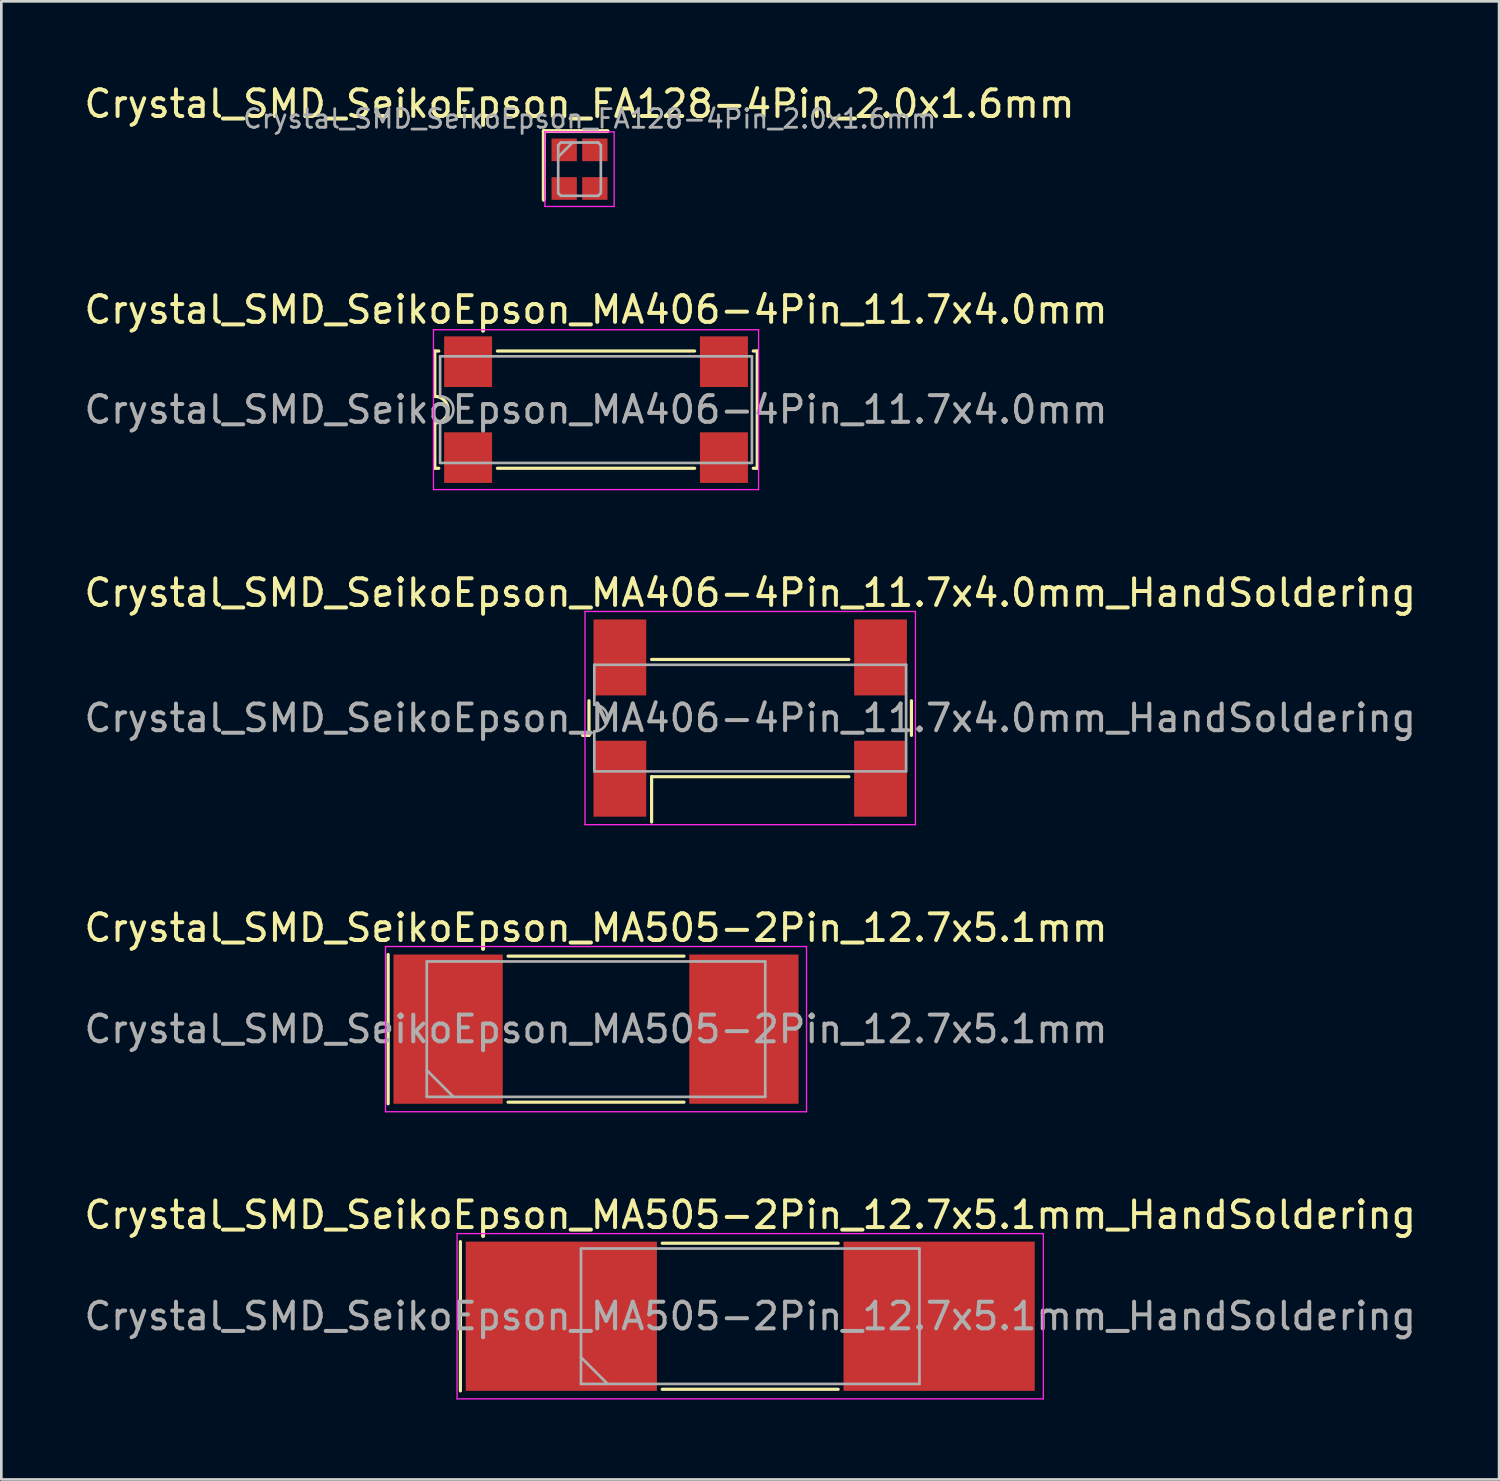
<source format=kicad_pcb>
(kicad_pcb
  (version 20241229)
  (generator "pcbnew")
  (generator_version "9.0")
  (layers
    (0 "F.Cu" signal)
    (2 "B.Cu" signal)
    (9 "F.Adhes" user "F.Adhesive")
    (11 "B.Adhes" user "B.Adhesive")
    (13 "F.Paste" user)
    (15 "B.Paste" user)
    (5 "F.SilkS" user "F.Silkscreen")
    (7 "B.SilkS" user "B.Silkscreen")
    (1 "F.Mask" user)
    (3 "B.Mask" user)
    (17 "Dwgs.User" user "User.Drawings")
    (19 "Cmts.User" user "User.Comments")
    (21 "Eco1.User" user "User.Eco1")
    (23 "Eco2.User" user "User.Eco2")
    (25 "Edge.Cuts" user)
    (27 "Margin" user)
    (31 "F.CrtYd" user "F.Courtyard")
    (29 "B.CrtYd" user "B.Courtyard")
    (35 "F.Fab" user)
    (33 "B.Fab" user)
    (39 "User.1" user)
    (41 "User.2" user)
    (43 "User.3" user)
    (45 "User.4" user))
  (footprint "Crystal_SMD_SeikoEpson_MA406-4Pin_11.7x4.0mm"
    (layer "F.Cu")
    (at 19.315 12.322)
    (property "Reference" "Crystal_SMD_SeikoEpson_MA406-4Pin_11.7x4.0mm" (at 0 -3.75 0) (layer "F.SilkS") (effects (font (size 1 1) (thickness 0.15))))
    (attr smd)
    (fp_line (start -6.05 -2.2) (end -5.9 -2.2) (stroke (width 0.12) (type solid)) (layer "F.SilkS"))
    (fp_line (start -6.05 -0.5) (end -6.05 -2.2) (stroke (width 0.12) (type solid)) (layer "F.SilkS"))
    (fp_line (start -6.05 2.2) (end -6.05 0.5) (stroke (width 0.12) (type solid)) (layer "F.SilkS"))
    (fp_line (start -6.05 2.2) (end -5.9 2.2) (stroke (width 0.12) (type solid)) (layer "F.SilkS"))
    (fp_line (start -3.7 -2.2) (end 3.7 -2.2) (stroke (width 0.12) (type solid)) (layer "F.SilkS"))
    (fp_line (start 3.7 2.2) (end -3.7 2.2) (stroke (width 0.12) (type solid)) (layer "F.SilkS"))
    (fp_line (start 5.9 -2.2) (end 6.05 -2.2) (stroke (width 0.12) (type solid)) (layer "F.SilkS"))
    (fp_line (start 6.05 -2.2) (end 6.05 2.2) (stroke (width 0.12) (type solid)) (layer "F.SilkS"))
    (fp_line (start 6.05 2.2) (end 5.9 2.2) (stroke (width 0.12) (type solid)) (layer "F.SilkS"))
    (fp_arc (start -6.05 -0.5) (mid -5.55 0) (end -6.05 0.5) (stroke (width 0.12) (type solid)) (layer "F.SilkS"))
    (fp_line (start -6.1 -3) (end -6.1 3) (stroke (width 0.05) (type solid)) (layer "F.CrtYd"))
    (fp_line (start -6.1 3) (end 6.1 3) (stroke (width 0.05) (type solid)) (layer "F.CrtYd"))
    (fp_line (start 6.1 -3) (end -6.1 -3) (stroke (width 0.05) (type solid)) (layer "F.CrtYd"))
    (fp_line (start 6.1 3) (end 6.1 -3) (stroke (width 0.05) (type solid)) (layer "F.CrtYd"))
    (fp_line (start -5.85 -2) (end 5.85 -2) (stroke (width 0.1) (type solid)) (layer "F.Fab"))
    (fp_line (start -5.85 -0.5) (end -5.85 -2) (stroke (width 0.1) (type solid)) (layer "F.Fab"))
    (fp_line (start -5.85 2) (end -5.85 0.5) (stroke (width 0.1) (type solid)) (layer "F.Fab"))
    (fp_line (start 5.85 -2) (end 5.85 2) (stroke (width 0.1) (type solid)) (layer "F.Fab"))
    (fp_line (start 5.85 2) (end -5.85 2) (stroke (width 0.1) (type solid)) (layer "F.Fab"))
    (fp_arc (start -5.85 -0.5) (mid -5.35 0) (end -5.85 0.5) (stroke (width 0.1) (type solid)) (layer "F.Fab"))
    (fp_text user "${REFERENCE}" (at 0 0 0) (layer "F.Fab") (effects (font (size 1 1) (thickness 0.15))))
    (pad "1" smd rect (at -4.8 1.8) (size 1.8 1.9) (layers "F.Cu" "F.Mask" "F.Paste"))
    (pad "2" smd rect (at 4.8 1.8) (size 1.8 1.9) (layers "F.Cu" "F.Mask" "F.Paste"))
    (pad "3" smd rect (at 4.8 -1.8) (size 1.8 1.9) (layers "F.Cu" "F.Mask" "F.Paste"))
    (pad "4" smd rect (at -4.8 -1.8) (size 1.8 1.9) (layers "F.Cu" "F.Mask" "F.Paste")))
  (footprint "Crystal_SMD_SeikoEpson_MA505-2Pin_12.7x5.1mm_HandSoldering"
    (layer "F.Cu")
    (at 25.101 46.341)
    (property "Reference" "Crystal_SMD_SeikoEpson_MA505-2Pin_12.7x5.1mm_HandSoldering" (at 0 -3.8 0) (layer "F.SilkS") (effects (font (size 1 1) (thickness 0.15))))
    (attr smd)
    (fp_line (start -10.875 -2.8) (end -10.875 2.8) (stroke (width 0.12) (type solid)) (layer "F.SilkS"))
    (fp_line (start -3.3 -2.74) (end 3.3 -2.74) (stroke (width 0.12) (type solid)) (layer "F.SilkS"))
    (fp_line (start -3.3 2.74) (end 3.3 2.74) (stroke (width 0.12) (type solid)) (layer "F.SilkS"))
    (fp_line (start -11 -3.1) (end -11 3.1) (stroke (width 0.05) (type solid)) (layer "F.CrtYd"))
    (fp_line (start -11 3.1) (end 11 3.1) (stroke (width 0.05) (type solid)) (layer "F.CrtYd"))
    (fp_line (start 11 -3.1) (end -11 -3.1) (stroke (width 0.05) (type solid)) (layer "F.CrtYd"))
    (fp_line (start 11 3.1) (end 11 -3.1) (stroke (width 0.05) (type solid)) (layer "F.CrtYd"))
    (fp_line (start -6.35 -2.54) (end -6.35 2.54) (stroke (width 0.1) (type solid)) (layer "F.Fab"))
    (fp_line (start -6.35 1.54) (end -5.35 2.54) (stroke (width 0.1) (type solid)) (layer "F.Fab"))
    (fp_line (start -6.35 2.54) (end 6.35 2.54) (stroke (width 0.1) (type solid)) (layer "F.Fab"))
    (fp_line (start 6.35 -2.54) (end -6.35 -2.54) (stroke (width 0.1) (type solid)) (layer "F.Fab"))
    (fp_line (start 6.35 2.54) (end 6.35 -2.54) (stroke (width 0.1) (type solid)) (layer "F.Fab"))
    (fp_text user "${REFERENCE}" (at 0 0 0) (layer "F.Fab") (effects (font (size 1 1) (thickness 0.15))))
    (pad "1" smd rect (at -7.088 0) (size 7.175 5.6) (layers "F.Cu" "F.Mask" "F.Paste"))
    (pad "2" smd rect (at 7.088 0) (size 7.175 5.6) (layers "F.Cu" "F.Mask" "F.Paste")))
  (footprint "Crystal_SMD_SeikoEpson_FA128-4Pin_2.0x1.6mm"
    (layer "F.Cu")
    (at 18.696 3.298)
    (property "Reference" "Crystal_SMD_SeikoEpson_FA128-4Pin_2.0x1.6mm" (at 0 -2.45 0) (layer "F.SilkS") (effects (font (size 1 1) (thickness 0.15))))
    (attr smd)
    (fp_line (start -1.34 -1.43) (end 1.05 -1.43) (stroke (width 0.15) (type solid)) (layer "F.SilkS"))
    (fp_line (start -1.34 1.15) (end -1.34 -1.43) (stroke (width 0.15) (type solid)) (layer "F.SilkS"))
    (fp_line (start -1.3 -1.4) (end -1.3 1.4) (stroke (width 0.05) (type solid)) (layer "F.CrtYd"))
    (fp_line (start -1.3 -1.4) (end 1.3 -1.4) (stroke (width 0.05) (type solid)) (layer "F.CrtYd"))
    (fp_line (start 1.3 1.4) (end -1.3 1.4) (stroke (width 0.05) (type solid)) (layer "F.CrtYd"))
    (fp_line (start 1.3 1.4) (end 1.3 -1.4) (stroke (width 0.05) (type solid)) (layer "F.CrtYd"))
    (fp_line (start -0.8 -0.9) (end -0.7 -1) (stroke (width 0.1) (type solid)) (layer "F.Fab"))
    (fp_line (start -0.8 0.9) (end -0.8 -0.9) (stroke (width 0.1) (type solid)) (layer "F.Fab"))
    (fp_line (start -0.7 -1) (end 0.7 -1) (stroke (width 0.1) (type solid)) (layer "F.Fab"))
    (fp_line (start -0.7 1) (end -0.8 0.9) (stroke (width 0.1) (type solid)) (layer "F.Fab"))
    (fp_line (start -0.25 -1.01) (end -0.8 -0.46) (stroke (width 0.1) (type solid)) (layer "F.Fab"))
    (fp_line (start 0.7 -1) (end 0.8 -0.9) (stroke (width 0.1) (type solid)) (layer "F.Fab"))
    (fp_line (start 0.7 1) (end -0.7 1) (stroke (width 0.1) (type solid)) (layer "F.Fab"))
    (fp_line (start 0.8 -0.9) (end 0.8 0.9) (stroke (width 0.1) (type solid)) (layer "F.Fab"))
    (fp_line (start 0.8 0.9) (end 0.7 1) (stroke (width 0.1) (type solid)) (layer "F.Fab"))
    (fp_text user "${REFERENCE}" (at 0.38 -1.89 0) (layer "F.Fab") (effects (font (size 0.7 0.7) (thickness 0.105))))
    (pad "1" smd rect (at -0.575 -0.725 270) (size 0.85 0.95) (layers "F.Cu" "F.Mask" "F.Paste"))
    (pad "2" smd rect (at -0.575 0.725 270) (size 0.85 0.95) (layers "F.Cu" "F.Mask" "F.Paste"))
    (pad "3" smd rect (at 0.575 0.725 270) (size 0.85 0.95) (layers "F.Cu" "F.Mask" "F.Paste"))
    (pad "4" smd rect (at 0.575 -0.725 270) (size 0.85 0.95) (layers "F.Cu" "F.Mask" "F.Paste")))
  (footprint "Crystal_SMD_SeikoEpson_MA505-2Pin_12.7x5.1mm"
    (layer "F.Cu")
    (at 19.315 35.568)
    (property "Reference" "Crystal_SMD_SeikoEpson_MA505-2Pin_12.7x5.1mm" (at 0 -3.8 0) (layer "F.SilkS") (effects (font (size 1 1) (thickness 0.15))))
    (attr smd)
    (fp_line (start -7.8 -2.8) (end -7.8 2.8) (stroke (width 0.12) (type solid)) (layer "F.SilkS"))
    (fp_line (start -3.3 -2.74) (end 3.3 -2.74) (stroke (width 0.12) (type solid)) (layer "F.SilkS"))
    (fp_line (start -3.3 2.74) (end 3.3 2.74) (stroke (width 0.12) (type solid)) (layer "F.SilkS"))
    (fp_line (start -7.9 -3.1) (end -7.9 3.1) (stroke (width 0.05) (type solid)) (layer "F.CrtYd"))
    (fp_line (start -7.9 3.1) (end 7.9 3.1) (stroke (width 0.05) (type solid)) (layer "F.CrtYd"))
    (fp_line (start 7.9 -3.1) (end -7.9 -3.1) (stroke (width 0.05) (type solid)) (layer "F.CrtYd"))
    (fp_line (start 7.9 3.1) (end 7.9 -3.1) (stroke (width 0.05) (type solid)) (layer "F.CrtYd"))
    (fp_line (start -6.35 -2.54) (end -6.35 2.54) (stroke (width 0.1) (type solid)) (layer "F.Fab"))
    (fp_line (start -6.35 1.54) (end -5.35 2.54) (stroke (width 0.1) (type solid)) (layer "F.Fab"))
    (fp_line (start -6.35 2.54) (end 6.35 2.54) (stroke (width 0.1) (type solid)) (layer "F.Fab"))
    (fp_line (start 6.35 -2.54) (end -6.35 -2.54) (stroke (width 0.1) (type solid)) (layer "F.Fab"))
    (fp_line (start 6.35 2.54) (end 6.35 -2.54) (stroke (width 0.1) (type solid)) (layer "F.Fab"))
    (fp_text user "${REFERENCE}" (at 0 0 0) (layer "F.Fab") (effects (font (size 1 1) (thickness 0.15))))
    (pad "1" smd rect (at -5.55 0) (size 4.1 5.6) (layers "F.Cu" "F.Mask" "F.Paste"))
    (pad "2" smd rect (at 5.55 0) (size 4.1 5.6) (layers "F.Cu" "F.Mask" "F.Paste")))
  (footprint "Crystal_SMD_SeikoEpson_MA406-4Pin_11.7x4.0mm_HandSoldering"
    (layer "F.Cu")
    (at 25.101 23.895)
    (property "Reference" "Crystal_SMD_SeikoEpson_MA406-4Pin_11.7x4.0mm_HandSoldering" (at 0 -4.7 0) (layer "F.SilkS") (effects (font (size 1 1) (thickness 0.15))))
    (attr smd)
    (fp_line (start -6.29 0.65) (end -6.05 0.65) (stroke (width 0.12) (type solid)) (layer "F.SilkS"))
    (fp_line (start -6.05 0.65) (end -6.05 -0.65) (stroke (width 0.12) (type solid)) (layer "F.SilkS"))
    (fp_line (start -3.7 -2.2) (end 3.7 -2.2) (stroke (width 0.12) (type solid)) (layer "F.SilkS"))
    (fp_line (start -3.7 2.2) (end -3.7 3.9) (stroke (width 0.12) (type solid)) (layer "F.SilkS"))
    (fp_line (start 3.7 2.2) (end -3.7 2.2) (stroke (width 0.12) (type solid)) (layer "F.SilkS"))
    (fp_line (start 6.05 -0.65) (end 6.05 0.65) (stroke (width 0.12) (type solid)) (layer "F.SilkS"))
    (fp_line (start -6.2 -4) (end -6.2 4) (stroke (width 0.05) (type solid)) (layer "F.CrtYd"))
    (fp_line (start -6.2 4) (end 6.2 4) (stroke (width 0.05) (type solid)) (layer "F.CrtYd"))
    (fp_line (start 6.2 -4) (end -6.2 -4) (stroke (width 0.05) (type solid)) (layer "F.CrtYd"))
    (fp_line (start 6.2 4) (end 6.2 -4) (stroke (width 0.05) (type solid)) (layer "F.CrtYd"))
    (fp_line (start -5.85 -2) (end 5.85 -2) (stroke (width 0.1) (type solid)) (layer "F.Fab"))
    (fp_line (start -5.85 -0.5) (end -5.85 -2) (stroke (width 0.1) (type solid)) (layer "F.Fab"))
    (fp_line (start -5.85 2) (end -5.85 0.5) (stroke (width 0.1) (type solid)) (layer "F.Fab"))
    (fp_line (start 5.85 -2) (end 5.85 2) (stroke (width 0.1) (type solid)) (layer "F.Fab"))
    (fp_line (start 5.85 2) (end -5.85 2) (stroke (width 0.1) (type solid)) (layer "F.Fab"))
    (fp_arc (start -5.85 -0.5) (mid -5.35 0) (end -5.85 0.5) (stroke (width 0.1) (type solid)) (layer "F.Fab"))
    (fp_text user "${REFERENCE}" (at 0 0 0) (layer "F.Fab") (effects (font (size 1 1) (thickness 0.15))))
    (pad "1" smd rect (at -4.89 2.275) (size 1.98 2.85) (layers "F.Cu" "F.Mask" "F.Paste"))
    (pad "2" smd rect (at 4.89 2.275) (size 1.98 2.85) (layers "F.Cu" "F.Mask" "F.Paste"))
    (pad "3" smd rect (at 4.89 -2.275) (size 1.98 2.85) (layers "F.Cu" "F.Mask" "F.Paste"))
    (pad "4" smd rect (at -4.89 -2.275) (size 1.98 2.85) (layers "F.Cu" "F.Mask" "F.Paste")))
  (gr_rect
    (start -3 -3)
    (end 53.202 52.466)
    (stroke (width 0.1) (type default))
    (fill no)
    (layer "Edge.Cuts")))
</source>
